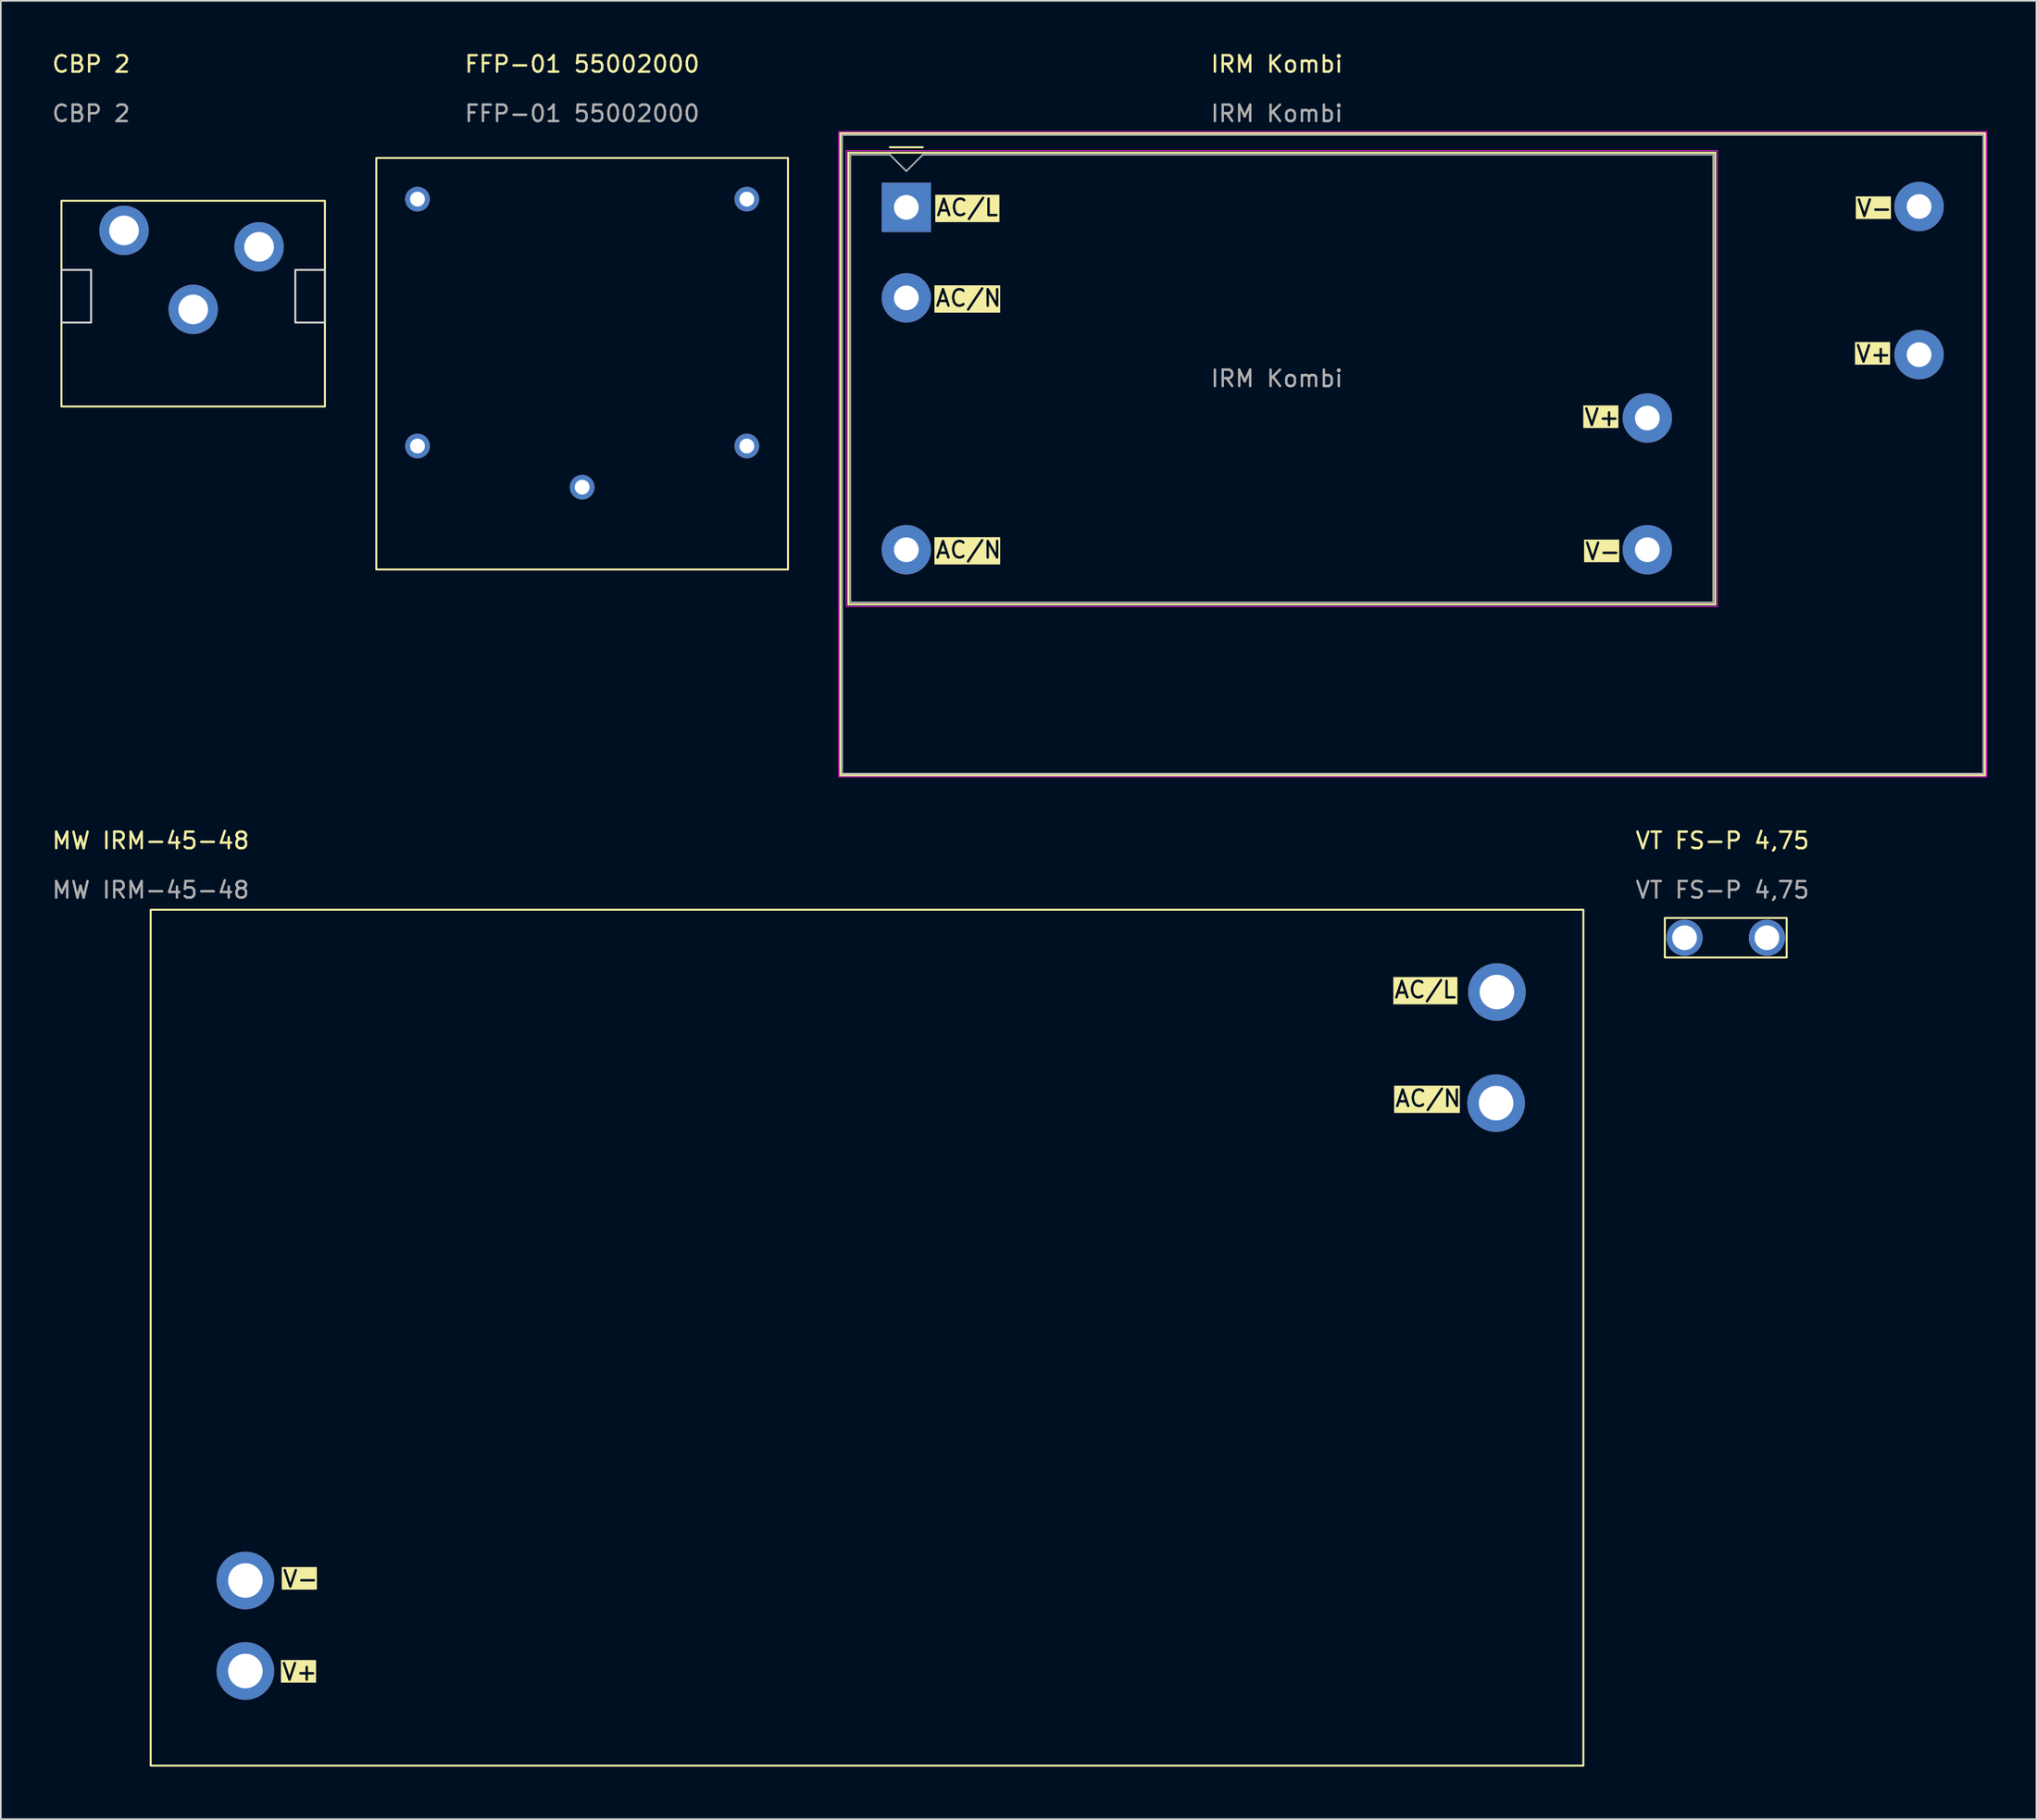
<source format=kicad_pcb>
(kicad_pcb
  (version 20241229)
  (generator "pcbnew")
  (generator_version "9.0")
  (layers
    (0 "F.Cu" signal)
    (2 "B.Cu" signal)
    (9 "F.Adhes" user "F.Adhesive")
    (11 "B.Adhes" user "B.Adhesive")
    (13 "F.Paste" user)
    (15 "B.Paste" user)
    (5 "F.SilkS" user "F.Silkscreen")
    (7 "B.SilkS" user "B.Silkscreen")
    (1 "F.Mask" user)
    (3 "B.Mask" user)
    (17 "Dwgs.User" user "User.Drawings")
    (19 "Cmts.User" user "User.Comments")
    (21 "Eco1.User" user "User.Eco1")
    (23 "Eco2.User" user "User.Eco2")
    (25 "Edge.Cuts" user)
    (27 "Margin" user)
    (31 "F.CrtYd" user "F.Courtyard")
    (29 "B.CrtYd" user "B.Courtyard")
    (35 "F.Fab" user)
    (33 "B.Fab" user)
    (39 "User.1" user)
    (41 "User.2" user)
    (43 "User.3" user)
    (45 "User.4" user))
  (footprint "CBP 2"
    (layer "F.Cu")
    (at 8.982 22.348)
    (property "Reference" "CBP 2" (at -6.5 -21.5 0) (unlocked yes) (layer "F.SilkS") (effects (font (size 1 1) (thickness 0.15))))
    (attr through_hole)
    (fp_rect (start -8.3 -13.2) (end 7.7 -0.7) (stroke (width 0.12) (type default)) (fill no) (layer "F.SilkS"))
    (fp_rect (start -8.3 -9) (end -6.5 -5.8) (stroke (width 0.12) (type default)) (fill no) (layer "Edge.Cuts"))
    (fp_rect (start 5.9 -9) (end 7.7 -5.8) (stroke (width 0.12) (type default)) (fill no) (layer "Edge.Cuts"))
    (fp_text user "${REFERENCE}" (at -6.5 -18.5 0) (unlocked yes) (layer "F.Fab") (effects (font (size 1 1) (thickness 0.15))))
    (pad "1" thru_hole circle (at -4.5 -11.4) (size 3 3) (drill 1.8) (layers "*.Cu" "*.Mask"))
    (pad "2" thru_hole circle (at 3.7 -10.4) (size 3 3) (drill 1.8) (layers "*.Cu" "*.Mask"))
    (pad "3" thru_hole circle (at -0.3 -6.6) (size 3 3) (drill 1.8) (layers "*.Cu" "*.Mask")))
  (footprint "FFP-01 55002000"
    (layer "F.Cu")
    (at 32.302 31.548)
    (property "Reference" "FFP-01 55002000" (at 0 -30.7 0) (unlocked yes) (layer "F.SilkS") (effects (font (size 1 1) (thickness 0.15))))
    (attr through_hole)
    (fp_rect (start -12.5 -25) (end 12.5 0) (stroke (width 0.12) (type default)) (fill no) (layer "F.SilkS"))
    (fp_text user "${REFERENCE}" (at 0 -27.7 0) (unlocked yes) (layer "F.Fab") (effects (font (size 1 1) (thickness 0.15))))
    (pad "1" thru_hole circle (at 10 -7.5) (size 1.5 1.5) (drill 0.9) (layers "*.Cu" "*.Mask"))
    (pad "2" thru_hole circle (at -10 -7.5) (size 1.5 1.5) (drill 0.9) (layers "*.Cu" "*.Mask"))
    (pad "3" thru_hole circle (at 0 -5) (size 1.5 1.5) (drill 0.9) (layers "*.Cu" "*.Mask"))
    (pad "4" thru_hole circle (at -10 -22.5) (size 1.5 1.5) (drill 0.9) (layers "*.Cu" "*.Mask"))
    (pad "5" thru_hole circle (at 10 -22.5) (size 1.5 1.5) (drill 0.9) (layers "*.Cu" "*.Mask")))
  (footprint "VT FS-P 4,75"
    (layer "F.Cu")
    (at 101.548 53.922)
    (property "Reference" "VT FS-P 4,75" (at 0 -5.9 0) (unlocked yes) (layer "F.SilkS") (effects (font (size 1 1) (thickness 0.15))))
    (attr through_hole)
    (fp_rect (start -3.5 -1.2) (end 3.9 1.2) (stroke (width 0.12) (type default)) (fill no) (layer "F.SilkS"))
    (fp_text user "${REFERENCE}" (at 0 -2.9 0) (unlocked yes) (layer "F.Fab") (effects (font (size 1 1) (thickness 0.15))))
    (pad "1" thru_hole circle (at -2.3 0) (size 2.2 2.2) (drill 1.5) (layers "*.Cu" "*.Mask"))
    (pad "1" thru_hole circle (at 2.7 0) (size 2.2 2.2) (drill 1.5) (layers "*.Cu" "*.Mask")))
  (footprint "MW IRM-45-48"
    (layer "F.Cu")
    (at 6.101 104.222)
    (property "Reference" "MW IRM-45-48" (at 0 -56.2 0) (unlocked yes) (layer "F.SilkS") (effects (font (size 1 1) (thickness 0.15))))
    (attr through_hole)
    (fp_rect (start 0 -52) (end 87 0) (stroke (width 0.12) (type default)) (fill no) (layer "F.SilkS"))
    (fp_text user "AC/L" (at 75.45 -46.55 0) (unlocked yes) (layer "F.SilkS" knockout) (effects (font (size 1 1) (thickness 0.15)) (justify left bottom)))
    (fp_text user "V-" (at 7.95 -10.75 0) (unlocked yes) (layer "F.SilkS" knockout) (effects (font (size 1 1) (thickness 0.15)) (justify left bottom)))
    (fp_text user "AC/N" (at 75.5 -39.95 0) (unlocked yes) (layer "F.SilkS" knockout) (effects (font (size 1 1) (thickness 0.15)) (justify left bottom)))
    (fp_text user "V+" (at 7.9 -5.1 0) (unlocked yes) (layer "F.SilkS" knockout) (effects (font (size 1 1) (thickness 0.15)) (justify left bottom)))
    (fp_text user "${REFERENCE}" (at 0 -53.2 0) (unlocked yes) (layer "F.Fab") (effects (font (size 1 1) (thickness 0.15))))
    (pad "1" thru_hole circle (at 81.75 -47) (size 3.5 3.5) (drill 2.1) (layers "*.Cu" "*.Mask"))
    (pad "2" thru_hole circle (at 81.7 -40.25) (size 3.5 3.5) (drill 2.1) (layers "*.Cu" "*.Mask"))
    (pad "3" thru_hole circle (at 5.75 -5.75) (size 3.5 3.5) (drill 2.1) (layers "*.Cu" "*.Mask"))
    (pad "4" thru_hole circle (at 5.75 -11.25) (size 3.5 3.5) (drill 2.1) (layers "*.Cu" "*.Mask")))
  (footprint "IRM Kombi"
    (layer "F.Cu")
    (at 74.487 20.098)
    (property "Reference" "IRM Kombi" (at 0 -19.25 0) (unlocked yes) (layer "F.SilkS") (effects (font (size 1 1) (thickness 0.15))))
    (attr through_hole)
    (fp_line (start -26.02 -13.87) (end -26.02 13.57) (stroke (width 0.12) (type solid)) (layer "F.SilkS"))
    (fp_line (start -26.02 -13.87) (end 26.62 -13.87) (stroke (width 0.12) (type solid)) (layer "F.SilkS"))
    (fp_line (start -26.02 13.57) (end 26.62 13.57) (stroke (width 0.12) (type solid)) (layer "F.SilkS"))
    (fp_line (start -21.5 -14.2) (end -23.5 -14.2) (stroke (width 0.12) (type solid)) (layer "F.SilkS"))
    (fp_line (start 26.62 -13.87) (end 26.62 13.57) (stroke (width 0.12) (type solid)) (layer "F.SilkS"))
    (fp_rect (start -26.5 -15.05) (end 43 23.95) (stroke (width 0.12) (type default)) (fill no) (layer "F.SilkS"))
    (fp_line (start -26.6 -15.15) (end -26.6 24.05) (stroke (width 0.05) (type default)) (layer "F.CrtYd"))
    (fp_line (start -26.6 24.05) (end 43.1 24.05) (stroke (width 0.05) (type default)) (layer "F.CrtYd"))
    (fp_line (start -26.15 -14) (end -26.15 13.7) (stroke (width 0.05) (type solid)) (layer "F.CrtYd"))
    (fp_line (start -26.15 -14) (end 26.75 -14) (stroke (width 0.05) (type solid)) (layer "F.CrtYd"))
    (fp_line (start -26.15 13.7) (end 26.75 13.7) (stroke (width 0.05) (type solid)) (layer "F.CrtYd"))
    (fp_line (start 26.75 -14) (end 26.75 13.7) (stroke (width 0.05) (type solid)) (layer "F.CrtYd"))
    (fp_line (start 43.1 -15.15) (end -26.6 -15.15) (stroke (width 0.05) (type default)) (layer "F.CrtYd"))
    (fp_line (start 43.1 24.05) (end 43.1 -15.15) (stroke (width 0.05) (type default)) (layer "F.CrtYd"))
    (fp_line (start -26.4 -14.95) (end -26.4 23.85) (stroke (width 0.1) (type default)) (layer "F.Fab"))
    (fp_line (start -26.4 23.85) (end 42.9 23.85) (stroke (width 0.1) (type default)) (layer "F.Fab"))
    (fp_line (start -25.9 -13.75) (end -25.9 13.45) (stroke (width 0.1) (type solid)) (layer "F.Fab"))
    (fp_line (start -25.9 13.45) (end 26.5 13.45) (stroke (width 0.1) (type solid)) (layer "F.Fab"))
    (fp_line (start -23.5 -13.75) (end -25.9 -13.75) (stroke (width 0.1) (type solid)) (layer "F.Fab"))
    (fp_line (start -22.5 -12.75) (end -23.5 -13.75) (stroke (width 0.1) (type solid)) (layer "F.Fab"))
    (fp_line (start -21.5 -13.75) (end -22.5 -12.75) (stroke (width 0.1) (type solid)) (layer "F.Fab"))
    (fp_line (start 26.5 -13.75) (end -21.5 -13.75) (stroke (width 0.1) (type solid)) (layer "F.Fab"))
    (fp_line (start 26.5 -13.75) (end 26.5 13.45) (stroke (width 0.1) (type solid)) (layer "F.Fab"))
    (fp_line (start 42.9 -14.95) (end -26.4 -14.95) (stroke (width 0.1) (type default)) (layer "F.Fab"))
    (fp_line (start 42.9 23.85) (end 42.9 -14.95) (stroke (width 0.1) (type default)) (layer "F.Fab"))
    (fp_text user "AC/N" (at -20.8 10.85 0) (layer "F.SilkS" knockout) (effects (font (size 1 1) (thickness 0.15)) (justify left bottom)))
    (fp_text user "V-" (at 35.15 -9.9 0) (layer "F.SilkS" knockout) (effects (font (size 1 1) (thickness 0.15)) (justify left bottom)))
    (fp_text user "AC/N" (at -20.8 -4.45 0) (layer "F.SilkS" knockout) (effects (font (size 1 1) (thickness 0.15)) (justify left bottom)))
    (fp_text user "V-" (at 18.65 10.95 0) (layer "F.SilkS" knockout) (effects (font (size 1 1) (thickness 0.15)) (justify left bottom)))
    (fp_text user "V+" (at 35.1 -1.05 0) (layer "F.SilkS" knockout) (effects (font (size 1 1) (thickness 0.15)) (justify left bottom)))
    (fp_text user "V+" (at 18.6 2.8 0) (layer "F.SilkS" knockout) (effects (font (size 1 1) (thickness 0.15)) (justify left bottom)))
    (fp_text user "AC/L" (at -20.75 -9.95 0) (layer "F.SilkS" knockout) (effects (font (size 1 1) (thickness 0.15)) (justify left bottom)))
    (fp_text user "${REFERENCE}" (at 0 -16.25 0) (unlocked yes) (layer "F.Fab") (effects (font (size 1 1) (thickness 0.15))))
    (fp_text user "${REFERENCE}" (at 0 -0.15 0) (layer "F.Fab") (effects (font (size 1 1) (thickness 0.15))))
    (pad "1" thru_hole rect (at -22.5 -10.55) (size 3 3) (drill 1.5) (layers "*.Cu" "*.Mask"))
    (pad "2" thru_hole circle (at -22.5 -5.05) (size 3 3) (drill 1.5) (layers "*.Cu" "*.Mask"))
    (pad "2" thru_hole circle (at -22.5 10.25) (size 3 3) (drill 1.5) (layers "*.Cu" "*.Mask"))
    (pad "3" thru_hole circle (at 22.5 10.25) (size 3 3) (drill 1.5) (layers "*.Cu" "*.Mask"))
    (pad "3" thru_hole circle (at 39 -10.6) (size 3 3) (drill 1.5) (layers "*.Cu" "*.Mask"))
    (pad "4" thru_hole circle (at 22.5 2.25) (size 3 3) (drill 1.5) (layers "*.Cu" "*.Mask"))
    (pad "4" thru_hole circle (at 39 -1.6) (size 3 3) (drill 1.5) (layers "*.Cu" "*.Mask")))
  (gr_rect
    (start -3 -3)
    (end 120.612 107.472)
    (stroke (width 0.1) (type default))
    (fill no)
    (layer "Edge.Cuts")))
</source>
